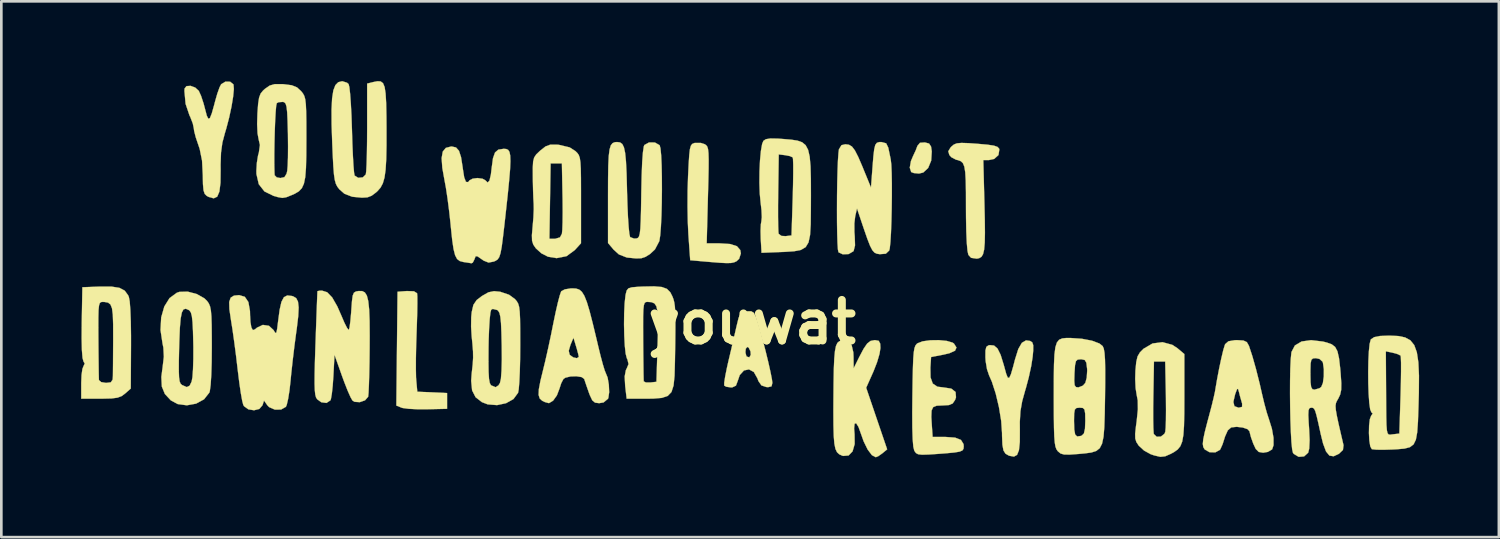
<source format=kicad_pcb>
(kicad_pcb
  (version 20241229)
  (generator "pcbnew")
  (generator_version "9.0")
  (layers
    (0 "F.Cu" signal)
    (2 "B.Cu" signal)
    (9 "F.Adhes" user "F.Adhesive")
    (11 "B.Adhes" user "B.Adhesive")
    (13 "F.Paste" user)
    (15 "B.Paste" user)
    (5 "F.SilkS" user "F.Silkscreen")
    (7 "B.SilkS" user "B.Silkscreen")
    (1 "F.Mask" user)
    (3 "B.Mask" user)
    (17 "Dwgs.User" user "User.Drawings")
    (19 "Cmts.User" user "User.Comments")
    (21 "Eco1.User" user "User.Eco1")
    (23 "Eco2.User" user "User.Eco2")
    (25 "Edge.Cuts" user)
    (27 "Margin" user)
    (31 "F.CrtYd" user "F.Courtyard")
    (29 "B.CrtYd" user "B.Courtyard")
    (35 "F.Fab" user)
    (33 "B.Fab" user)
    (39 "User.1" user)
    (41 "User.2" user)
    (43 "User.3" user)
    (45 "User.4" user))
  (footprint "youwat"
    (layer "F.Cu")
    (at 25.236 9.065)
    (property "Reference" "youwat" (at 0 0 0) (layer "F.SilkS") (effects (font (size 1.524 1.524) (thickness 0.3))))
    (attr through_hole)
    (fp_poly (pts (xy 6.656 -6.716) (xy 6.73 -6.603) (xy 6.757 -6.419) (xy 6.735 -6.074) (xy 6.621 -5.798) (xy 6.437 -5.627) (xy 6.277 -5.588) (xy 6.084 -5.606) (xy 5.983 -5.644) (xy 5.929 -5.809) (xy 5.974 -6.059) (xy 6.049 -6.237) (xy 6.153 -6.459) (xy 6.218 -6.631) (xy 6.314 -6.745) (xy 6.498 -6.758) (xy 6.656 -6.716)) (stroke (width 0.01) (type solid)) (fill yes) (layer "F.SilkS"))
    (fp_poly (pts (xy -12.718 -1.16) (xy -12.601 -1.087) (xy -12.6 -1.084) (xy -12.591 -0.965) (xy -12.59 -0.709) (xy -12.595 -0.346) (xy -12.608 0.092) (xy -12.618 0.381) (xy -12.635 0.882) (xy -12.644 1.361) (xy -12.645 1.774) (xy -12.639 2.08) (xy -12.632 2.177) (xy -12.592 2.617) (xy -11.472 2.667) (xy -11.472 3.26) (xy -12.234 3.277) (xy -12.599 3.276) (xy -12.918 3.26) (xy -13.14 3.23) (xy -13.188 3.216) (xy -13.38 3.137) (xy -13.335 -1.143) (xy -12.986 -1.169) (xy -12.718 -1.16)) (stroke (width 0.01) (type solid)) (fill yes) (layer "F.SilkS"))
    (fp_poly (pts (xy -1.787 -6.694) (xy -1.73 -6.657) (xy -1.687 -6.603) (xy -1.658 -6.51) (xy -1.641 -6.355) (xy -1.634 -6.116) (xy -1.636 -5.771) (xy -1.646 -5.298) (xy -1.66 -4.781) (xy -1.708 -2.963) (xy -1.229 -2.963) (xy -0.827 -2.938) (xy -0.571 -2.856) (xy -0.444 -2.709) (xy -0.423 -2.582) (xy -0.488 -2.382) (xy -0.587 -2.289) (xy -0.679 -2.248) (xy -0.791 -2.225) (xy -0.955 -2.22) (xy -1.206 -2.232) (xy -1.577 -2.262) (xy -1.778 -2.279) (xy -2.328 -2.328) (xy -2.397 -3.302) (xy -2.419 -3.778) (xy -2.429 -4.35) (xy -2.426 -4.946) (xy -2.409 -5.483) (xy -2.386 -5.957) (xy -2.364 -6.289) (xy -2.339 -6.505) (xy -2.304 -6.633) (xy -2.255 -6.7) (xy -2.185 -6.731) (xy -2.158 -6.739) (xy -1.926 -6.739) (xy -1.787 -6.694)) (stroke (width 0.01) (type solid)) (fill yes) (layer "F.SilkS"))
    (fp_poly (pts (xy 8.143 -6.731) (xy 8.466 -6.708) (xy 8.848 -6.674) (xy 9.092 -6.638) (xy 9.228 -6.591) (xy 9.289 -6.527) (xy 9.298 -6.494) (xy 9.265 -6.283) (xy 9.104 -6.138) (xy 8.909 -6.096) (xy 8.695 -6.096) (xy 8.736 -4.508) (xy 8.751 -3.859) (xy 8.756 -3.359) (xy 8.749 -2.988) (xy 8.726 -2.727) (xy 8.685 -2.556) (xy 8.624 -2.455) (xy 8.539 -2.405) (xy 8.451 -2.387) (xy 8.236 -2.418) (xy 8.134 -2.529) (xy 8.101 -2.678) (xy 8.074 -2.976) (xy 8.055 -3.405) (xy 8.045 -3.944) (xy 8.043 -4.302) (xy 8.042 -4.886) (xy 8.034 -5.324) (xy 8.016 -5.636) (xy 7.982 -5.847) (xy 7.928 -5.979) (xy 7.849 -6.053) (xy 7.741 -6.093) (xy 7.671 -6.108) (xy 7.493 -6.202) (xy 7.419 -6.285) (xy 7.377 -6.425) (xy 7.465 -6.57) (xy 7.495 -6.601) (xy 7.588 -6.679) (xy 7.701 -6.724) (xy 7.873 -6.74) (xy 8.143 -6.731)) (stroke (width 0.01) (type solid)) (fill yes) (layer "F.SilkS"))
    (fp_poly (pts (xy 10.456 0.708) (xy 10.537 0.761) (xy 10.573 0.868) (xy 10.572 1.07) (xy 10.551 1.303) (xy 10.497 1.65) (xy 10.405 2.074) (xy 10.294 2.491) (xy 10.275 2.55) (xy 10.157 2.975) (xy 10.092 3.346) (xy 10.068 3.749) (xy 10.07 4.049) (xy 10.068 4.507) (xy 10.036 4.815) (xy 9.965 4.992) (xy 9.848 5.057) (xy 9.677 5.027) (xy 9.652 5.018) (xy 9.529 4.947) (xy 9.453 4.825) (xy 9.414 4.614) (xy 9.4 4.28) (xy 9.399 4.168) (xy 9.368 3.716) (xy 9.284 3.202) (xy 9.162 2.688) (xy 9.016 2.238) (xy 8.912 2.002) (xy 8.834 1.771) (xy 8.783 1.466) (xy 8.774 1.324) (xy 8.776 1.064) (xy 8.81 0.929) (xy 8.891 0.873) (xy 8.94 0.864) (xy 9.099 0.88) (xy 9.23 0.994) (xy 9.346 1.228) (xy 9.463 1.605) (xy 9.481 1.67) (xy 9.556 1.943) (xy 9.615 2.087) (xy 9.671 2.095) (xy 9.734 1.959) (xy 9.818 1.671) (xy 9.887 1.405) (xy 10.01 1.013) (xy 10.145 0.778) (xy 10.302 0.686) (xy 10.456 0.708)) (stroke (width 0.01) (type solid)) (fill yes) (layer "F.SilkS"))
    (fp_poly (pts (xy -19.63 -9.042) (xy -19.508 -8.942) (xy -19.504 -8.933) (xy -19.491 -8.765) (xy -19.519 -8.475) (xy -19.58 -8.105) (xy -19.668 -7.694) (xy -19.775 -7.285) (xy -19.827 -7.112) (xy -19.923 -6.751) (xy -19.974 -6.376) (xy -19.99 -5.924) (xy -19.988 -5.728) (xy -19.994 -5.242) (xy -20.035 -4.909) (xy -20.117 -4.718) (xy -20.249 -4.656) (xy -20.436 -4.708) (xy -20.511 -4.748) (xy -20.586 -4.821) (xy -20.632 -4.957) (xy -20.653 -5.192) (xy -20.659 -5.529) (xy -20.687 -6.073) (xy -20.776 -6.514) (xy -20.828 -6.668) (xy -20.923 -6.948) (xy -20.984 -7.186) (xy -20.997 -7.286) (xy -21.035 -7.469) (xy -21.128 -7.711) (xy -21.159 -7.773) (xy -21.306 -8.208) (xy -21.35 -8.692) (xy -21.345 -8.784) (xy -21.273 -8.876) (xy -21.119 -8.886) (xy -20.944 -8.822) (xy -20.811 -8.7) (xy -20.725 -8.512) (xy -20.632 -8.231) (xy -20.575 -8.017) (xy -20.509 -7.766) (xy -20.451 -7.649) (xy -20.392 -7.674) (xy -20.322 -7.847) (xy -20.229 -8.177) (xy -20.2 -8.291) (xy -20.115 -8.589) (xy -20.03 -8.828) (xy -19.969 -8.947) (xy -19.81 -9.044) (xy -19.63 -9.042)) (stroke (width 0.01) (type solid)) (fill yes) (layer "F.SilkS"))
    (fp_poly (pts (xy 0.063 -0.352) (xy 0.142 -0.196) (xy 0.2 -0.026) (xy 0.295 0.292) (xy 0.402 0.68) (xy 0.51 1.1) (xy 0.61 1.511) (xy 0.691 1.874) (xy 0.745 2.149) (xy 0.762 2.286) (xy 0.73 2.415) (xy 0.603 2.446) (xy 0.529 2.44) (xy 0.35 2.379) (xy 0.237 2.216) (xy 0.201 2.117) (xy 0.065 1.876) (xy -0.117 1.777) (xy -0.306 1.817) (xy -0.464 1.99) (xy -0.538 2.203) (xy -0.608 2.389) (xy -0.744 2.453) (xy -0.797 2.455) (xy -0.973 2.43) (xy -1.049 2.385) (xy -1.049 2.278) (xy -1.013 2.045) (xy -0.949 1.725) (xy -0.893 1.475) (xy -0.814 1.143) (xy -0.252 1.143) (xy -0.215 1.277) (xy -0.2 1.296) (xy -0.104 1.325) (xy -0.051 1.231) (xy -0.06 1.101) (xy -0.127 0.963) (xy -0.179 0.931) (xy -0.238 0.999) (xy -0.252 1.143) (xy -0.814 1.143) (xy -0.792 1.049) (xy -0.692 0.618) (xy -0.608 0.253) (xy -0.579 0.127) (xy -0.51 -0.154) (xy -0.444 -0.309) (xy -0.352 -0.38) (xy -0.204 -0.406) (xy -0.199 -0.407) (xy -0.037 -0.41) (xy 0.063 -0.352)) (stroke (width 0.01) (type solid)) (fill yes) (layer "F.SilkS"))
    (fp_poly (pts (xy -7.266 -6.668) (xy -6.862 -6.572) (xy -6.644 -6.432) (xy -6.572 -6.36) (xy -6.518 -6.283) (xy -6.481 -6.176) (xy -6.457 -6.014) (xy -6.443 -5.772) (xy -6.437 -5.424) (xy -6.435 -4.947) (xy -6.435 -4.601) (xy -6.435 -2.966) (xy -6.668 -2.71) (xy -6.981 -2.48) (xy -7.353 -2.407) (xy -7.678 -2.461) (xy -7.925 -2.588) (xy -8.132 -2.774) (xy -8.229 -2.915) (xy -8.276 -3.062) (xy -8.278 -3.133) (xy -7.624 -3.133) (xy -7.412 -3.133) (xy -7.226 -3.188) (xy -7.153 -3.323) (xy -7.138 -3.474) (xy -7.128 -3.758) (xy -7.124 -4.139) (xy -7.127 -4.58) (xy -7.13 -4.741) (xy -7.154 -5.969) (xy -7.578 -5.969) (xy -7.601 -4.551) (xy -7.624 -3.133) (xy -8.278 -3.133) (xy -8.282 -3.269) (xy -8.255 -3.588) (xy -8.254 -3.598) (xy -8.225 -3.939) (xy -8.212 -4.248) (xy -8.215 -4.445) (xy -8.227 -4.646) (xy -8.238 -4.959) (xy -8.246 -5.327) (xy -8.247 -5.447) (xy -8.249 -5.805) (xy -8.236 -6.039) (xy -8.197 -6.191) (xy -8.12 -6.307) (xy -7.991 -6.43) (xy -7.968 -6.451) (xy -7.769 -6.608) (xy -7.591 -6.674) (xy -7.35 -6.675) (xy -7.266 -6.668)) (stroke (width 0.01) (type solid)) (fill yes) (layer "F.SilkS"))
    (fp_poly (pts (xy 4.761 0.702) (xy 4.817 0.807) (xy 4.826 0.973) (xy 4.791 1.196) (xy 4.7 1.506) (xy 4.57 1.84) (xy 4.558 1.868) (xy 4.29 2.468) (xy 4.684 3.626) (xy 5.079 4.784) (xy 4.901 4.932) (xy 4.745 5.042) (xy 4.651 5.08) (xy 4.505 5.003) (xy 4.346 4.792) (xy 4.194 4.482) (xy 4.106 4.234) (xy 4 3.94) (xy 3.912 3.802) (xy 3.854 3.822) (xy 3.836 4) (xy 3.853 4.218) (xy 3.857 4.587) (xy 3.778 4.86) (xy 3.629 5.015) (xy 3.422 5.032) (xy 3.387 5.021) (xy 3.277 4.971) (xy 3.194 4.893) (xy 3.134 4.768) (xy 3.094 4.571) (xy 3.07 4.283) (xy 3.059 3.881) (xy 3.056 3.344) (xy 3.058 2.968) (xy 3.064 2.292) (xy 3.073 1.766) (xy 3.09 1.37) (xy 3.116 1.087) (xy 3.154 0.897) (xy 3.207 0.781) (xy 3.278 0.719) (xy 3.368 0.692) (xy 3.371 0.692) (xy 3.599 0.712) (xy 3.741 0.857) (xy 3.807 1.141) (xy 3.814 1.302) (xy 3.819 1.736) (xy 4.022 1.326) (xy 4.193 1.002) (xy 4.328 0.805) (xy 4.455 0.707) (xy 4.601 0.678) (xy 4.625 0.677) (xy 4.761 0.702)) (stroke (width 0.01) (type solid)) (fill yes) (layer "F.SilkS"))
    (fp_poly (pts (xy 15.803 0.854) (xy 15.996 0.981) (xy 16.256 1.2) (xy 16.256 2.825) (xy 16.254 3.436) (xy 16.243 3.902) (xy 16.219 4.246) (xy 16.175 4.493) (xy 16.106 4.666) (xy 16.006 4.789) (xy 15.869 4.887) (xy 15.747 4.953) (xy 15.535 5.046) (xy 15.353 5.066) (xy 15.125 5.013) (xy 14.994 4.969) (xy 14.743 4.832) (xy 14.538 4.643) (xy 14.536 4.639) (xy 14.452 4.511) (xy 14.41 4.379) (xy 14.406 4.198) (xy 14.436 3.918) (xy 14.461 3.74) (xy 14.508 3.285) (xy 14.508 3.25) (xy 15.084 3.25) (xy 15.084 3.654) (xy 15.09 3.97) (xy 15.101 4.165) (xy 15.108 4.209) (xy 15.217 4.311) (xy 15.373 4.304) (xy 15.504 4.203) (xy 15.538 4.128) (xy 15.553 3.977) (xy 15.563 3.693) (xy 15.566 3.312) (xy 15.563 2.871) (xy 15.561 2.709) (xy 15.536 1.482) (xy 15.113 1.482) (xy 15.09 2.79) (xy 15.084 3.25) (xy 14.508 3.25) (xy 14.503 2.944) (xy 14.464 2.742) (xy 14.423 2.483) (xy 14.407 2.136) (xy 14.416 1.825) (xy 14.447 1.5) (xy 14.496 1.29) (xy 14.584 1.139) (xy 14.723 0.999) (xy 15.061 0.802) (xy 15.435 0.754) (xy 15.803 0.854)) (stroke (width 0.01) (type solid)) (fill yes) (layer "F.SilkS"))
    (fp_poly (pts (xy 0.967 -6.902) (xy 1.173 -6.887) (xy 1.469 -6.862) (xy 1.703 -6.827) (xy 1.882 -6.764) (xy 2.014 -6.654) (xy 2.106 -6.48) (xy 2.165 -6.223) (xy 2.197 -5.865) (xy 2.21 -5.387) (xy 2.212 -4.772) (xy 2.21 -4.224) (xy 2.204 -3.678) (xy 2.18 -3.278) (xy 2.122 -3) (xy 2.014 -2.821) (xy 1.84 -2.718) (xy 1.583 -2.666) (xy 1.228 -2.642) (xy 1.116 -2.638) (xy 0.355 -2.608) (xy 0.325 -3.131) (xy 0.318 -3.432) (xy 0.329 -3.679) (xy 0.349 -3.795) (xy 0.365 -3.949) (xy 0.353 -4.211) (xy 0.333 -4.386) (xy 0.976 -4.386) (xy 0.976 -3.959) (xy 0.981 -3.618) (xy 0.989 -3.393) (xy 0.999 -3.319) (xy 1.104 -3.243) (xy 1.26 -3.234) (xy 1.482 -3.26) (xy 1.528 -4.699) (xy 1.54 -5.176) (xy 1.546 -5.593) (xy 1.546 -5.921) (xy 1.538 -6.131) (xy 1.528 -6.195) (xy 1.418 -6.245) (xy 1.242 -6.279) (xy 1.002 -6.308) (xy 0.981 -4.868) (xy 0.976 -4.386) (xy 0.333 -4.386) (xy 0.321 -4.487) (xy 0.288 -4.831) (xy 0.274 -5.238) (xy 0.278 -5.668) (xy 0.297 -6.082) (xy 0.331 -6.439) (xy 0.377 -6.701) (xy 0.424 -6.817) (xy 0.518 -6.88) (xy 0.686 -6.907) (xy 0.967 -6.902)) (stroke (width 0.01) (type solid)) (fill yes) (layer "F.SilkS"))
    (fp_poly (pts (xy 7.325 0.707) (xy 7.541 0.771) (xy 7.591 0.805) (xy 7.686 0.955) (xy 7.632 1.075) (xy 7.42 1.17) (xy 7.191 1.224) (xy 6.731 1.312) (xy 6.705 1.712) (xy 6.711 2.079) (xy 6.794 2.311) (xy 6.969 2.428) (xy 7.189 2.455) (xy 7.49 2.5) (xy 7.652 2.627) (xy 7.668 2.829) (xy 7.634 2.924) (xy 7.545 3.058) (xy 7.402 3.119) (xy 7.165 3.133) (xy 6.942 3.143) (xy 6.81 3.196) (xy 6.749 3.326) (xy 6.74 3.567) (xy 6.756 3.831) (xy 6.789 4.318) (xy 7.272 4.318) (xy 7.635 4.344) (xy 7.855 4.43) (xy 7.951 4.585) (xy 7.959 4.669) (xy 7.951 4.762) (xy 7.908 4.827) (xy 7.8 4.871) (xy 7.599 4.904) (xy 7.276 4.934) (xy 7.014 4.954) (xy 6.636 4.979) (xy 6.391 4.986) (xy 6.245 4.969) (xy 6.162 4.924) (xy 6.106 4.845) (xy 6.099 4.833) (xy 6.063 4.688) (xy 6.039 4.404) (xy 6.025 3.974) (xy 6.022 3.39) (xy 6.028 2.784) (xy 6.037 2.173) (xy 6.048 1.708) (xy 6.061 1.369) (xy 6.08 1.133) (xy 6.106 0.978) (xy 6.142 0.881) (xy 6.189 0.821) (xy 6.218 0.797) (xy 6.412 0.722) (xy 6.701 0.682) (xy 7.025 0.677) (xy 7.325 0.707)) (stroke (width 0.01) (type solid)) (fill yes) (layer "F.SilkS"))
    (fp_poly (pts (xy 5.042 -6.725) (xy 5.121 -6.562) (xy 5.174 -6.307) (xy 5.213 -6.12) (xy 5.235 -5.926) (xy 5.249 -5.609) (xy 5.256 -5.204) (xy 5.256 -4.744) (xy 5.25 -4.262) (xy 5.239 -3.791) (xy 5.223 -3.365) (xy 5.202 -3.016) (xy 5.177 -2.779) (xy 5.157 -2.694) (xy 5.029 -2.573) (xy 4.804 -2.556) (xy 4.803 -2.556) (xy 4.691 -2.573) (xy 4.602 -2.615) (xy 4.522 -2.705) (xy 4.437 -2.869) (xy 4.335 -3.129) (xy 4.203 -3.509) (xy 4.087 -3.852) (xy 3.945 -4.276) (xy 3.877 -3.979) (xy 3.846 -3.716) (xy 3.847 -3.388) (xy 3.859 -3.234) (xy 3.871 -2.886) (xy 3.818 -2.678) (xy 3.806 -2.663) (xy 3.63 -2.56) (xy 3.409 -2.551) (xy 3.249 -2.627) (xy 3.227 -2.731) (xy 3.211 -2.974) (xy 3.2 -3.326) (xy 3.193 -3.759) (xy 3.192 -4.241) (xy 3.194 -4.744) (xy 3.201 -5.238) (xy 3.213 -5.692) (xy 3.228 -6.077) (xy 3.248 -6.363) (xy 3.265 -6.498) (xy 3.36 -6.655) (xy 3.505 -6.689) (xy 3.641 -6.672) (xy 3.755 -6.604) (xy 3.865 -6.46) (xy 3.992 -6.212) (xy 4.154 -5.836) (xy 4.186 -5.756) (xy 4.471 -5.062) (xy 4.527 -5.812) (xy 4.56 -6.226) (xy 4.592 -6.5) (xy 4.632 -6.663) (xy 4.691 -6.743) (xy 4.779 -6.771) (xy 4.864 -6.773) (xy 5.042 -6.725)) (stroke (width 0.01) (type solid)) (fill yes) (layer "F.SilkS"))
    (fp_poly (pts (xy -24.096 -1.337) (xy -23.794 -1.289) (xy -23.594 -1.183) (xy -23.466 -1.008) (xy -23.44 -0.947) (xy -23.408 -0.78) (xy -23.384 -0.467) (xy -23.367 -0.034) (xy -23.359 0.496) (xy -23.359 0.889) (xy -23.368 2.498) (xy -23.584 2.688) (xy -23.715 2.784) (xy -23.869 2.841) (xy -24.092 2.87) (xy -24.429 2.878) (xy -24.516 2.879) (xy -25.231 2.879) (xy -25.231 2.291) (xy -25.219 1.99) (xy -25.187 1.76) (xy -25.143 1.649) (xy -25.142 1.648) (xy -25.1 1.556) (xy -25.144 1.484) (xy -25.182 1.348) (xy -25.206 1.051) (xy -25.216 0.604) (xy -25.213 0.219) (xy -24.588 0.219) (xy -24.586 0.656) (xy -24.582 1.135) (xy -24.577 1.557) (xy -24.573 1.893) (xy -24.568 2.112) (xy -24.565 2.18) (xy -24.482 2.255) (xy -24.299 2.286) (xy -24.119 2.264) (xy -24.05 2.163) (xy -24.04 2.032) (xy -24.038 1.856) (xy -24.035 1.549) (xy -24.033 1.152) (xy -24.03 0.703) (xy -24.03 0.583) (xy -24.031 0.079) (xy -24.043 -0.281) (xy -24.074 -0.52) (xy -24.131 -0.663) (xy -24.221 -0.734) (xy -24.351 -0.758) (xy -24.426 -0.761) (xy -24.488 -0.754) (xy -24.533 -0.716) (xy -24.562 -0.623) (xy -24.58 -0.453) (xy -24.587 -0.18) (xy -24.588 0.219) (xy -25.213 0.219) (xy -25.212 0.031) (xy -25.188 -1.312) (xy -24.533 -1.337) (xy -24.096 -1.337)) (stroke (width 0.01) (type solid)) (fill yes) (layer "F.SilkS"))
    (fp_poly (pts (xy -19.079 -0.953) (xy -18.945 -0.757) (xy -18.885 -0.419) (xy -18.881 -0.255) (xy -18.867 -0.005) (xy -18.835 0.188) (xy -18.828 0.208) (xy -18.775 0.3) (xy -18.694 0.27) (xy -18.623 0.209) (xy -18.401 0.104) (xy -18.171 0.138) (xy -17.996 0.3) (xy -17.984 0.321) (xy -17.93 0.409) (xy -17.893 0.393) (xy -17.862 0.251) (xy -17.829 -0.017) (xy -17.769 -0.465) (xy -17.701 -0.764) (xy -17.609 -0.937) (xy -17.483 -1.003) (xy -17.309 -0.984) (xy -17.26 -0.97) (xy -17.147 -0.903) (xy -17.079 -0.772) (xy -17.054 -0.553) (xy -17.07 -0.223) (xy -17.125 0.243) (xy -17.145 0.381) (xy -17.212 0.887) (xy -17.28 1.453) (xy -17.338 1.986) (xy -17.357 2.19) (xy -17.399 2.568) (xy -17.45 2.888) (xy -17.502 3.111) (xy -17.534 3.185) (xy -17.716 3.288) (xy -17.952 3.289) (xy -18.165 3.196) (xy -18.233 3.125) (xy -18.357 2.949) (xy -18.413 3.125) (xy -18.532 3.264) (xy -18.731 3.315) (xy -18.945 3.28) (xy -19.108 3.162) (xy -19.137 3.111) (xy -19.177 2.959) (xy -19.228 2.675) (xy -19.283 2.299) (xy -19.337 1.867) (xy -19.348 1.778) (xy -19.407 1.274) (xy -19.475 0.754) (xy -19.542 0.279) (xy -19.599 -0.079) (xy -19.659 -0.487) (xy -19.666 -0.759) (xy -19.611 -0.92) (xy -19.486 -0.997) (xy -19.292 -1.016) (xy -19.079 -0.953)) (stroke (width 0.01) (type solid)) (fill yes) (layer "F.SilkS"))
    (fp_poly (pts (xy -13.969 -9.053) (xy -13.881 -8.987) (xy -13.821 -8.843) (xy -13.784 -8.6) (xy -13.763 -8.24) (xy -13.753 -7.744) (xy -13.75 -7.314) (xy -13.75 -6.648) (xy -13.76 -6.129) (xy -13.784 -5.733) (xy -13.825 -5.438) (xy -13.888 -5.22) (xy -13.975 -5.057) (xy -14.091 -4.925) (xy -14.147 -4.875) (xy -14.309 -4.754) (xy -14.467 -4.693) (xy -14.674 -4.681) (xy -14.986 -4.71) (xy -15.046 -4.718) (xy -15.334 -4.829) (xy -15.524 -4.996) (xy -15.599 -5.094) (xy -15.654 -5.201) (xy -15.695 -5.346) (xy -15.726 -5.556) (xy -15.75 -5.857) (xy -15.772 -6.279) (xy -15.791 -6.723) (xy -15.815 -7.434) (xy -15.817 -7.993) (xy -15.796 -8.415) (xy -15.749 -8.717) (xy -15.672 -8.914) (xy -15.565 -9.023) (xy -15.424 -9.059) (xy -15.409 -9.059) (xy -15.234 -9.004) (xy -15.176 -8.954) (xy -15.147 -8.839) (xy -15.118 -8.583) (xy -15.091 -8.214) (xy -15.067 -7.76) (xy -15.05 -7.25) (xy -15.049 -7.228) (xy -15.034 -6.717) (xy -15.014 -6.262) (xy -14.993 -5.892) (xy -14.971 -5.633) (xy -14.951 -5.515) (xy -14.95 -5.513) (xy -14.814 -5.427) (xy -14.643 -5.444) (xy -14.529 -5.553) (xy -14.513 -5.676) (xy -14.499 -5.94) (xy -14.488 -6.317) (xy -14.481 -6.776) (xy -14.478 -7.291) (xy -14.478 -7.329) (xy -14.478 -8.971) (xy -14.253 -9.028) (xy -14.091 -9.06) (xy -13.969 -9.053)) (stroke (width 0.01) (type solid)) (fill yes) (layer "F.SilkS"))
    (fp_poly (pts (xy -4.965 -6.758) (xy -4.882 -6.698) (xy -4.82 -6.572) (xy -4.775 -6.362) (xy -4.744 -6.047) (xy -4.722 -5.605) (xy -4.706 -5.018) (xy -4.704 -4.91) (xy -4.688 -4.399) (xy -4.668 -3.945) (xy -4.643 -3.575) (xy -4.616 -3.318) (xy -4.589 -3.201) (xy -4.587 -3.198) (xy -4.442 -3.143) (xy -4.348 -3.147) (xy -4.294 -3.168) (xy -4.254 -3.222) (xy -4.224 -3.332) (xy -4.203 -3.519) (xy -4.189 -3.806) (xy -4.178 -4.215) (xy -4.169 -4.768) (xy -4.168 -4.863) (xy -4.154 -5.505) (xy -4.134 -6.017) (xy -4.106 -6.389) (xy -4.073 -6.609) (xy -4.052 -6.661) (xy -3.876 -6.758) (xy -3.655 -6.755) (xy -3.478 -6.654) (xy -3.477 -6.653) (xy -3.445 -6.53) (xy -3.42 -6.27) (xy -3.403 -5.904) (xy -3.394 -5.464) (xy -3.392 -4.982) (xy -3.397 -4.49) (xy -3.409 -4.019) (xy -3.429 -3.602) (xy -3.455 -3.269) (xy -3.488 -3.054) (xy -3.491 -3.044) (xy -3.654 -2.734) (xy -3.845 -2.557) (xy -4.013 -2.453) (xy -4.167 -2.402) (xy -4.366 -2.396) (xy -4.665 -2.425) (xy -4.717 -2.432) (xy -5.009 -2.546) (xy -5.204 -2.721) (xy -5.419 -2.976) (xy -5.419 -4.773) (xy -5.417 -5.407) (xy -5.409 -5.891) (xy -5.392 -6.246) (xy -5.361 -6.491) (xy -5.315 -6.647) (xy -5.248 -6.732) (xy -5.159 -6.768) (xy -5.073 -6.773) (xy -4.965 -6.758)) (stroke (width 0.01) (type solid)) (fill yes) (layer "F.SilkS"))
    (fp_poly (pts (xy -15.982 -1.124) (xy -15.794 -0.93) (xy -15.6 -0.592) (xy -15.45 -0.251) (xy -15.332 0.024) (xy -15.233 0.218) (xy -15.172 0.294) (xy -15.166 0.293) (xy -15.139 0.192) (xy -15.109 -0.035) (xy -15.081 -0.345) (xy -15.074 -0.449) (xy -15.049 -0.79) (xy -15.021 -0.997) (xy -14.975 -1.107) (xy -14.898 -1.153) (xy -14.796 -1.17) (xy -14.664 -1.168) (xy -14.563 -1.116) (xy -14.488 -0.996) (xy -14.436 -0.791) (xy -14.403 -0.482) (xy -14.386 -0.052) (xy -14.382 0.519) (xy -14.384 0.974) (xy -14.39 1.5) (xy -14.4 1.973) (xy -14.412 2.366) (xy -14.425 2.651) (xy -14.439 2.798) (xy -14.441 2.807) (xy -14.557 2.94) (xy -14.755 3.01) (xy -14.952 2.997) (xy -15.031 2.947) (xy -15.102 2.823) (xy -15.211 2.579) (xy -15.338 2.256) (xy -15.42 2.032) (xy -15.706 1.228) (xy -15.748 2.032) (xy -15.773 2.393) (xy -15.806 2.694) (xy -15.841 2.893) (xy -15.859 2.942) (xy -16.007 3.039) (xy -16.202 3.014) (xy -16.358 2.9) (xy -16.4 2.833) (xy -16.429 2.725) (xy -16.447 2.557) (xy -16.455 2.307) (xy -16.453 1.952) (xy -16.442 1.472) (xy -16.422 0.846) (xy -16.42 0.804) (xy -16.401 0.249) (xy -16.383 -0.246) (xy -16.368 -0.658) (xy -16.356 -0.962) (xy -16.349 -1.134) (xy -16.347 -1.164) (xy -16.27 -1.182) (xy -16.175 -1.185) (xy -15.982 -1.124)) (stroke (width 0.01) (type solid)) (fill yes) (layer "F.SilkS"))
    (fp_poly (pts (xy -20.888 -1.057) (xy -20.597 -0.893) (xy -20.494 -0.791) (xy -20.431 -0.7) (xy -20.386 -0.591) (xy -20.355 -0.439) (xy -20.335 -0.216) (xy -20.325 0.104) (xy -20.321 0.548) (xy -20.32 0.939) (xy -20.325 1.509) (xy -20.34 1.99) (xy -20.364 2.359) (xy -20.395 2.592) (xy -20.412 2.649) (xy -20.612 2.902) (xy -20.911 3.065) (xy -21.259 3.128) (xy -21.603 3.081) (xy -21.862 2.942) (xy -22.085 2.703) (xy -22.2 2.422) (xy -22.218 2.061) (xy -22.188 1.829) (xy -21.561 1.829) (xy -21.552 2.075) (xy -21.53 2.229) (xy -21.493 2.317) (xy -21.439 2.366) (xy -21.438 2.366) (xy -21.261 2.443) (xy -21.154 2.391) (xy -21.078 2.232) (xy -21.048 2.068) (xy -21.027 1.772) (xy -21.015 1.384) (xy -21.014 0.941) (xy -21.016 0.823) (xy -21.028 0.342) (xy -21.045 0.003) (xy -21.07 -0.221) (xy -21.106 -0.358) (xy -21.158 -0.434) (xy -21.186 -0.455) (xy -21.299 -0.504) (xy -21.385 -0.479) (xy -21.447 -0.362) (xy -21.492 -0.135) (xy -21.522 0.22) (xy -21.542 0.719) (xy -21.549 0.96) (xy -21.56 1.467) (xy -21.561 1.829) (xy -22.188 1.829) (xy -22.174 1.724) (xy -22.124 1.301) (xy -22.142 0.958) (xy -22.173 0.806) (xy -22.249 0.298) (xy -22.224 -0.176) (xy -22.107 -0.587) (xy -21.908 -0.906) (xy -21.636 -1.105) (xy -21.538 -1.138) (xy -21.228 -1.147) (xy -20.888 -1.057)) (stroke (width 0.01) (type solid)) (fill yes) (layer "F.SilkS"))
    (fp_poly (pts (xy -11.135 -6.569) (xy -11.025 -6.445) (xy -10.947 -6.207) (xy -10.887 -5.828) (xy -10.881 -5.779) (xy -10.828 -5.444) (xy -10.762 -5.275) (xy -10.681 -5.266) (xy -10.626 -5.334) (xy -10.511 -5.395) (xy -10.329 -5.419) (xy -10.136 -5.392) (xy -10.033 -5.334) (xy -9.947 -5.251) (xy -9.879 -5.32) (xy -9.825 -5.546) (xy -9.793 -5.815) (xy -9.745 -6.166) (xy -9.669 -6.38) (xy -9.544 -6.487) (xy -9.349 -6.518) (xy -9.336 -6.518) (xy -9.245 -6.511) (xy -9.174 -6.477) (xy -9.125 -6.4) (xy -9.097 -6.263) (xy -9.09 -6.049) (xy -9.103 -5.742) (xy -9.138 -5.325) (xy -9.192 -4.782) (xy -9.267 -4.096) (xy -9.313 -3.683) (xy -9.371 -3.187) (xy -9.417 -2.833) (xy -9.462 -2.594) (xy -9.511 -2.444) (xy -9.572 -2.356) (xy -9.654 -2.303) (xy -9.715 -2.278) (xy -9.911 -2.24) (xy -10.094 -2.312) (xy -10.167 -2.363) (xy -10.324 -2.472) (xy -10.396 -2.48) (xy -10.434 -2.388) (xy -10.44 -2.367) (xy -10.505 -2.238) (xy -10.554 -2.214) (xy -10.684 -2.235) (xy -10.863 -2.262) (xy -10.996 -2.298) (xy -11.095 -2.374) (xy -11.17 -2.516) (xy -11.229 -2.749) (xy -11.28 -3.097) (xy -11.331 -3.585) (xy -11.34 -3.683) (xy -11.391 -4.153) (xy -11.452 -4.63) (xy -11.515 -5.05) (xy -11.56 -5.292) (xy -11.651 -5.8) (xy -11.677 -6.169) (xy -11.634 -6.414) (xy -11.519 -6.553) (xy -11.328 -6.603) (xy -11.289 -6.604) (xy -11.135 -6.569)) (stroke (width 0.01) (type solid)) (fill yes) (layer "F.SilkS"))
    (fp_poly (pts (xy -9.474 -1.142) (xy -9.143 -1.031) (xy -8.919 -0.867) (xy -8.849 -0.785) (xy -8.798 -0.696) (xy -8.762 -0.573) (xy -8.74 -0.39) (xy -8.727 -0.122) (xy -8.722 0.259) (xy -8.721 0.777) (xy -8.721 0.896) (xy -8.725 1.405) (xy -8.737 1.869) (xy -8.755 2.254) (xy -8.778 2.53) (xy -8.802 2.657) (xy -8.974 2.891) (xy -9.254 3.049) (xy -9.593 3.121) (xy -9.943 3.093) (xy -10.163 3.009) (xy -10.401 2.823) (xy -10.531 2.566) (xy -10.566 2.207) (xy -10.546 1.93) (xy -10.509 1.597) (xy -10.502 1.491) (xy -9.916 1.491) (xy -9.911 1.874) (xy -9.895 2.133) (xy -9.866 2.29) (xy -9.824 2.369) (xy -9.812 2.378) (xy -9.65 2.447) (xy -9.539 2.378) (xy -9.483 2.287) (xy -9.447 2.129) (xy -9.424 1.823) (xy -9.413 1.393) (xy -9.417 0.878) (xy -9.429 0.385) (xy -9.444 0.035) (xy -9.468 -0.199) (xy -9.502 -0.344) (xy -9.55 -0.426) (xy -9.586 -0.455) (xy -9.753 -0.498) (xy -9.814 -0.464) (xy -9.843 -0.355) (xy -9.87 -0.107) (xy -9.892 0.249) (xy -9.908 0.681) (xy -9.913 0.962) (xy -9.916 1.491) (xy -10.502 1.491) (xy -10.493 1.343) (xy -10.496 1.103) (xy -10.519 0.81) (xy -10.547 0.532) (xy -10.569 0.172) (xy -10.564 -0.189) (xy -10.545 -0.381) (xy -10.482 -0.65) (xy -10.359 -0.831) (xy -10.159 -0.984) (xy -9.916 -1.122) (xy -9.706 -1.165) (xy -9.474 -1.142)) (stroke (width 0.01) (type solid)) (fill yes) (layer "F.SilkS"))
    (fp_poly (pts (xy 24.296 0.522) (xy 24.557 0.575) (xy 24.756 0.683) (xy 24.902 0.864) (xy 25 1.135) (xy 25.057 1.511) (xy 25.08 2.011) (xy 25.076 2.651) (xy 25.061 3.193) (xy 25.042 3.74) (xy 25.014 4.14) (xy 24.964 4.419) (xy 24.877 4.598) (xy 24.739 4.703) (xy 24.535 4.756) (xy 24.251 4.781) (xy 24.077 4.79) (xy 23.748 4.8) (xy 23.479 4.797) (xy 23.319 4.78) (xy 23.305 4.776) (xy 23.248 4.67) (xy 23.213 4.451) (xy 23.198 4.172) (xy 23.204 3.887) (xy 23.232 3.65) (xy 23.283 3.516) (xy 23.292 3.508) (xy 23.339 3.435) (xy 23.29 3.391) (xy 23.245 3.282) (xy 23.211 3.04) (xy 23.187 2.701) (xy 23.173 2.302) (xy 23.17 1.878) (xy 23.177 1.466) (xy 23.195 1.102) (xy 23.196 1.097) (xy 23.834 1.097) (xy 23.843 2.559) (xy 23.846 3.135) (xy 23.85 3.564) (xy 23.857 3.865) (xy 23.872 4.062) (xy 23.898 4.174) (xy 23.938 4.224) (xy 23.995 4.233) (xy 24.074 4.222) (xy 24.109 4.218) (xy 24.342 4.191) (xy 24.388 2.752) (xy 24.4 2.275) (xy 24.406 1.858) (xy 24.406 1.53) (xy 24.398 1.321) (xy 24.388 1.258) (xy 24.279 1.203) (xy 24.088 1.15) (xy 23.834 1.097) (xy 23.196 1.097) (xy 23.224 0.821) (xy 23.265 0.66) (xy 23.274 0.646) (xy 23.395 0.565) (xy 23.61 0.521) (xy 23.957 0.508) (xy 23.966 0.508) (xy 24.296 0.522)) (stroke (width 0.01) (type solid)) (fill yes) (layer "F.SilkS"))
    (fp_poly (pts (xy -3.393 -1.321) (xy -3.202 -1.25) (xy -3.076 -1.121) (xy -2.998 -0.968) (xy -2.957 -0.861) (xy -2.927 -0.742) (xy -2.905 -0.59) (xy -2.891 -0.382) (xy -2.885 -0.096) (xy -2.886 0.291) (xy -2.891 0.8) (xy -2.902 1.455) (xy -2.903 1.51) (xy -2.917 2.02) (xy -2.954 2.384) (xy -3.032 2.627) (xy -3.172 2.774) (xy -3.393 2.849) (xy -3.715 2.876) (xy -4.019 2.879) (xy -4.718 2.879) (xy -4.774 2.401) (xy -4.793 2.043) (xy -4.748 1.805) (xy -4.717 1.745) (xy -4.647 1.578) (xy -4.688 1.406) (xy -4.713 1.355) (xy -4.756 1.185) (xy -4.788 0.889) (xy -4.808 0.509) (xy -4.815 0.171) (xy -4.099 0.171) (xy -4.097 0.699) (xy -4.093 1.181) (xy -4.088 1.604) (xy -4.084 1.939) (xy -4.079 2.157) (xy -4.076 2.228) (xy -3.994 2.27) (xy -3.831 2.27) (xy -3.598 2.244) (xy -3.555 0.847) (xy -3.54 0.287) (xy -3.54 -0.126) (xy -3.559 -0.414) (xy -3.602 -0.6) (xy -3.675 -0.705) (xy -3.784 -0.751) (xy -3.932 -0.762) (xy -3.995 -0.756) (xy -4.041 -0.721) (xy -4.071 -0.634) (xy -4.089 -0.473) (xy -4.098 -0.212) (xy -4.099 0.171) (xy -4.815 0.171) (xy -4.817 0.087) (xy -4.812 -0.334) (xy -4.794 -0.712) (xy -4.762 -1.004) (xy -4.752 -1.058) (xy -4.716 -1.192) (xy -4.652 -1.27) (xy -4.519 -1.31) (xy -4.278 -1.33) (xy -4.108 -1.338) (xy -3.684 -1.346) (xy -3.393 -1.321)) (stroke (width 0.01) (type solid)) (fill yes) (layer "F.SilkS"))
    (fp_poly (pts (xy -6.619 -1.262) (xy -6.502 -1.224) (xy -6.401 -1.139) (xy -6.308 -0.988) (xy -6.214 -0.752) (xy -6.112 -0.413) (xy -5.993 0.049) (xy -5.848 0.651) (xy -5.792 0.889) (xy -5.699 1.27) (xy -5.613 1.591) (xy -5.544 1.817) (xy -5.508 1.905) (xy -5.434 2.086) (xy -5.388 2.355) (xy -5.376 2.636) (xy -5.407 2.851) (xy -5.42 2.882) (xy -5.585 3.02) (xy -5.753 3.048) (xy -5.907 3.028) (xy -6.011 2.941) (xy -6.104 2.745) (xy -6.141 2.646) (xy -6.23 2.391) (xy -6.296 2.196) (xy -6.314 2.138) (xy -6.411 2.067) (xy -6.607 2.036) (xy -6.833 2.043) (xy -7.024 2.09) (xy -7.095 2.138) (xy -7.178 2.295) (xy -7.244 2.498) (xy -7.342 2.755) (xy -7.485 2.954) (xy -7.634 3.044) (xy -7.654 3.045) (xy -7.8 3.004) (xy -7.895 2.957) (xy -7.988 2.872) (xy -8.03 2.738) (xy -8.021 2.525) (xy -7.96 2.204) (xy -7.866 1.82) (xy -7.779 1.463) (xy -7.691 1.076) (xy -6.897 1.076) (xy -6.864 1.219) (xy -6.848 1.239) (xy -6.725 1.327) (xy -6.591 1.355) (xy -6.52 1.311) (xy -6.519 1.301) (xy -6.542 1.193) (xy -6.597 0.988) (xy -6.619 0.916) (xy -6.718 0.585) (xy -6.831 0.854) (xy -6.897 1.076) (xy -7.691 1.076) (xy -7.674 1) (xy -7.566 0.495) (xy -7.475 0.042) (xy -7.388 -0.376) (xy -7.305 -0.738) (xy -7.233 -1.009) (xy -7.182 -1.154) (xy -7.175 -1.164) (xy -7.042 -1.233) (xy -6.818 -1.269) (xy -6.762 -1.27) (xy -6.619 -1.262)) (stroke (width 0.01) (type solid)) (fill yes) (layer "F.SilkS"))
    (fp_poly (pts (xy 18.477 0.691) (xy 18.607 0.752) (xy 18.685 0.891) (xy 18.692 0.91) (xy 18.813 1.278) (xy 18.95 1.763) (xy 19.089 2.314) (xy 19.179 2.709) (xy 19.264 3.065) (xy 19.354 3.396) (xy 19.431 3.634) (xy 19.434 3.641) (xy 19.548 4.006) (xy 19.609 4.351) (xy 19.61 4.63) (xy 19.556 4.787) (xy 19.398 4.88) (xy 19.218 4.911) (xy 19.054 4.882) (xy 18.941 4.769) (xy 18.848 4.57) (xy 18.763 4.333) (xy 18.715 4.15) (xy 18.711 4.114) (xy 18.637 4.027) (xy 18.454 3.964) (xy 18.224 3.937) (xy 18.018 3.959) (xy 17.89 4.071) (xy 17.783 4.31) (xy 17.772 4.349) (xy 17.694 4.593) (xy 17.613 4.774) (xy 17.592 4.805) (xy 17.422 4.898) (xy 17.203 4.892) (xy 17.024 4.79) (xy 17.019 4.784) (xy 16.969 4.7) (xy 16.95 4.582) (xy 16.968 4.403) (xy 17.025 4.133) (xy 17.125 3.743) (xy 17.187 3.514) (xy 17.28 3.162) (xy 17.32 3) (xy 18.099 3) (xy 18.14 3.162) (xy 18.292 3.217) (xy 18.307 3.217) (xy 18.427 3.187) (xy 18.429 3.065) (xy 18.418 3.027) (xy 18.349 2.783) (xy 18.311 2.632) (xy 18.275 2.51) (xy 18.239 2.52) (xy 18.179 2.676) (xy 18.165 2.717) (xy 18.099 3) (xy 17.32 3) (xy 17.358 2.842) (xy 17.408 2.613) (xy 17.413 2.582) (xy 17.484 2.166) (xy 17.564 1.746) (xy 17.646 1.361) (xy 17.72 1.051) (xy 17.779 0.856) (xy 17.792 0.826) (xy 17.914 0.72) (xy 18.153 0.679) (xy 18.238 0.677) (xy 18.477 0.691)) (stroke (width 0.01) (type solid)) (fill yes) (layer "F.SilkS"))
    (fp_poly (pts (xy -17.617 -8.948) (xy -17.315 -8.909) (xy -17.116 -8.829) (xy -16.961 -8.687) (xy -16.892 -8.6) (xy -16.841 -8.506) (xy -16.806 -8.38) (xy -16.784 -8.195) (xy -16.771 -7.925) (xy -16.765 -7.544) (xy -16.764 -7.027) (xy -16.764 -6.872) (xy -16.767 -6.261) (xy -16.779 -5.796) (xy -16.806 -5.453) (xy -16.856 -5.208) (xy -16.934 -5.038) (xy -17.046 -4.92) (xy -17.199 -4.829) (xy -17.323 -4.775) (xy -17.525 -4.695) (xy -17.668 -4.672) (xy -17.836 -4.702) (xy -17.996 -4.747) (xy -18.341 -4.916) (xy -18.554 -5.188) (xy -18.642 -5.571) (xy -18.644 -5.69) (xy -18.625 -5.997) (xy -18.581 -6.269) (xy -18.568 -6.313) (xy -17.97 -6.313) (xy -17.97 -5.931) (xy -17.963 -5.624) (xy -17.957 -5.524) (xy -17.878 -5.444) (xy -17.742 -5.419) (xy -17.588 -5.453) (xy -17.507 -5.588) (xy -17.483 -5.694) (xy -17.467 -5.881) (xy -17.456 -6.196) (xy -17.453 -6.596) (xy -17.457 -7.042) (xy -17.458 -7.111) (xy -17.471 -7.573) (xy -17.486 -7.893) (xy -17.509 -8.097) (xy -17.543 -8.213) (xy -17.593 -8.267) (xy -17.641 -8.283) (xy -17.812 -8.271) (xy -17.877 -8.234) (xy -17.899 -8.133) (xy -17.919 -7.898) (xy -17.938 -7.564) (xy -17.953 -7.165) (xy -17.964 -6.736) (xy -17.97 -6.313) (xy -18.568 -6.313) (xy -18.552 -6.368) (xy -18.51 -6.663) (xy -18.557 -6.864) (xy -18.6 -7.099) (xy -18.616 -7.451) (xy -18.604 -7.852) (xy -18.578 -8.21) (xy -18.542 -8.443) (xy -18.485 -8.595) (xy -18.392 -8.71) (xy -18.318 -8.776) (xy -18.142 -8.898) (xy -17.952 -8.951) (xy -17.679 -8.952) (xy -17.617 -8.948)) (stroke (width 0.01) (type solid)) (fill yes) (layer "F.SilkS"))
    (fp_poly (pts (xy 21.469 0.731) (xy 21.615 0.768) (xy 21.799 0.834) (xy 21.927 0.933) (xy 22.014 1.097) (xy 22.073 1.357) (xy 22.118 1.742) (xy 22.134 1.925) (xy 22.159 2.295) (xy 22.155 2.546) (xy 22.116 2.726) (xy 22.046 2.873) (xy 21.992 2.965) (xy 21.957 3.049) (xy 21.942 3.151) (xy 21.952 3.296) (xy 21.989 3.511) (xy 22.055 3.822) (xy 22.155 4.255) (xy 22.242 4.628) (xy 22.221 4.807) (xy 22.07 4.952) (xy 21.871 5.045) (xy 21.713 5.02) (xy 21.585 4.865) (xy 21.473 4.566) (xy 21.387 4.219) (xy 21.295 3.798) (xy 21.229 3.516) (xy 21.179 3.344) (xy 21.134 3.255) (xy 21.085 3.222) (xy 21.022 3.217) (xy 21.022 3.217) (xy 20.959 3.238) (xy 20.926 3.319) (xy 20.918 3.492) (xy 20.932 3.788) (xy 20.946 3.979) (xy 20.967 4.434) (xy 20.952 4.756) (xy 20.913 4.911) (xy 20.759 5.05) (xy 20.556 5.066) (xy 20.374 4.958) (xy 20.34 4.912) (xy 20.31 4.78) (xy 20.283 4.511) (xy 20.262 4.134) (xy 20.245 3.683) (xy 20.235 3.188) (xy 20.23 2.68) (xy 20.232 2.191) (xy 20.237 1.947) (xy 20.997 1.947) (xy 21.003 2.261) (xy 21.025 2.441) (xy 21.073 2.522) (xy 21.15 2.54) (xy 21.338 2.486) (xy 21.404 2.438) (xy 21.466 2.291) (xy 21.5 2.046) (xy 21.502 1.77) (xy 21.469 1.535) (xy 21.454 1.489) (xy 21.338 1.384) (xy 21.2 1.355) (xy 21.094 1.365) (xy 21.033 1.419) (xy 21.005 1.554) (xy 20.998 1.807) (xy 20.997 1.947) (xy 20.237 1.947) (xy 20.24 1.753) (xy 20.257 1.396) (xy 20.281 1.152) (xy 20.286 1.121) (xy 20.413 0.878) (xy 20.665 0.728) (xy 21.023 0.678) (xy 21.469 0.731)) (stroke (width 0.01) (type solid)) (fill yes) (layer "F.SilkS"))
    (fp_poly (pts (xy 12.403 0.626) (xy 12.781 0.698) (xy 13.061 0.803) (xy 13.185 0.902) (xy 13.225 0.994) (xy 13.254 1.157) (xy 13.272 1.412) (xy 13.28 1.778) (xy 13.279 2.277) (xy 13.273 2.815) (xy 13.262 3.457) (xy 13.246 3.95) (xy 13.216 4.314) (xy 13.161 4.571) (xy 13.073 4.742) (xy 12.941 4.846) (xy 12.756 4.904) (xy 12.509 4.937) (xy 12.277 4.958) (xy 11.943 4.982) (xy 11.733 4.979) (xy 11.601 4.941) (xy 11.505 4.862) (xy 11.493 4.85) (xy 11.445 4.781) (xy 11.408 4.68) (xy 11.382 4.526) (xy 11.364 4.296) (xy 11.353 3.968) (xy 11.35 3.711) (xy 12.107 3.711) (xy 12.116 4.041) (xy 12.15 4.228) (xy 12.225 4.3) (xy 12.353 4.282) (xy 12.397 4.267) (xy 12.478 4.188) (xy 12.519 4.009) (xy 12.531 3.716) (xy 12.526 3.438) (xy 12.501 3.289) (xy 12.438 3.228) (xy 12.32 3.217) (xy 12.319 3.217) (xy 12.2 3.229) (xy 12.137 3.289) (xy 12.112 3.439) (xy 12.107 3.711) (xy 11.35 3.711) (xy 11.347 3.52) (xy 11.345 2.93) (xy 11.345 2.772) (xy 11.346 2.216) (xy 12.116 2.216) (xy 12.131 2.375) (xy 12.182 2.442) (xy 12.27 2.455) (xy 12.442 2.387) (xy 12.532 2.283) (xy 12.585 2.089) (xy 12.602 1.824) (xy 12.599 1.754) (xy 12.571 1.527) (xy 12.51 1.424) (xy 12.385 1.397) (xy 12.361 1.397) (xy 12.245 1.408) (xy 12.179 1.469) (xy 12.145 1.617) (xy 12.126 1.892) (xy 12.124 1.926) (xy 12.116 2.216) (xy 11.346 2.216) (xy 11.346 2.109) (xy 11.353 1.596) (xy 11.371 1.214) (xy 11.406 0.944) (xy 11.463 0.766) (xy 11.547 0.662) (xy 11.665 0.612) (xy 11.821 0.596) (xy 11.965 0.596) (xy 12.403 0.626)) (stroke (width 0.01) (type solid)) (fill yes) (layer "F.SilkS")))
  (gr_rect
    (start -3 -3)
    (end 53.321 17.15)
    (stroke (width 0.1) (type default))
    (fill no)
    (layer "Edge.Cuts")))
</source>
